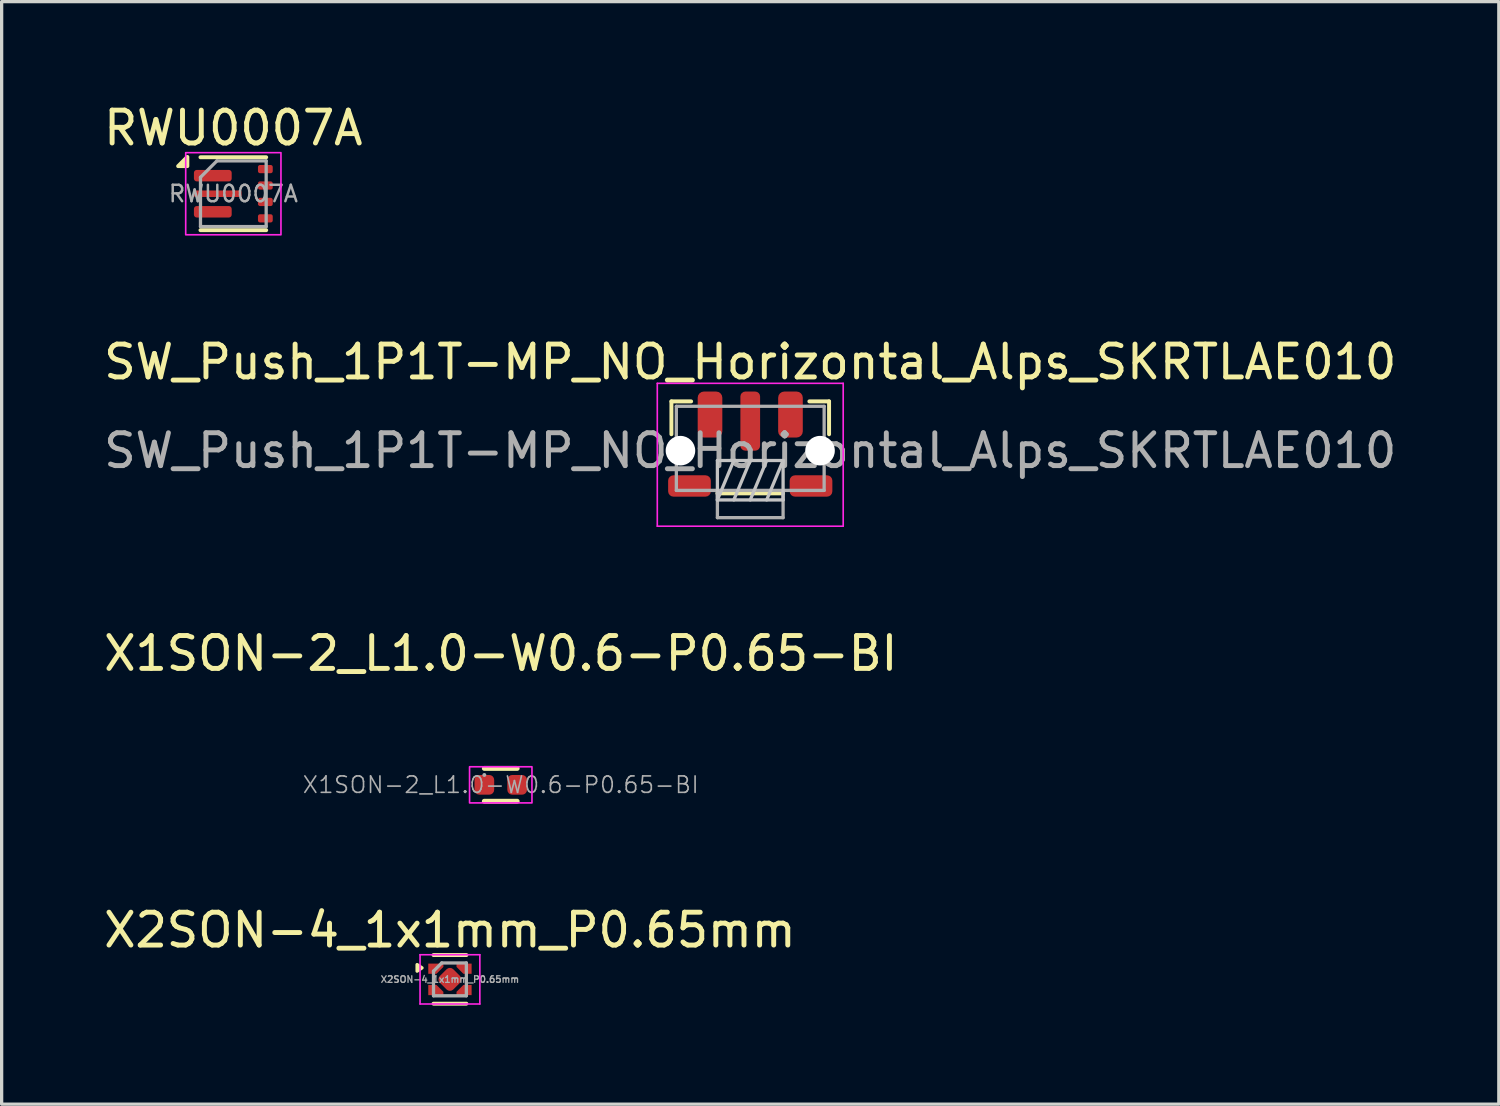
<source format=kicad_pcb>
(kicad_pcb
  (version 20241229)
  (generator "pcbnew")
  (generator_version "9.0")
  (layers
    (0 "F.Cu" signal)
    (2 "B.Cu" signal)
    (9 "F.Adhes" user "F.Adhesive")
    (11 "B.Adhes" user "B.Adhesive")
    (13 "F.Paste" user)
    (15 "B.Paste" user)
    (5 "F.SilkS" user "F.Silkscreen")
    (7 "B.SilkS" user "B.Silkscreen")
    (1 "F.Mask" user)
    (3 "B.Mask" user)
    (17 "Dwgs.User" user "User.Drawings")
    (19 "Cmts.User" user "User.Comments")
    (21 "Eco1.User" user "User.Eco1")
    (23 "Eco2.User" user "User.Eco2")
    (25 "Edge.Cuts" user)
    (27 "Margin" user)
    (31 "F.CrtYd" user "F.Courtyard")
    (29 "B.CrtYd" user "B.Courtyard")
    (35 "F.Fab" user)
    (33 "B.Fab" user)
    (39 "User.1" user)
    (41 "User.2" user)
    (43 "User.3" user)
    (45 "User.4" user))
  (footprint "RWU0007A"
    (layer "F.Cu")
    (at 4.054 2.848)
    (property "Reference" "RWU0007A" (at 0 -2 0) (layer "F.SilkS") (effects (font (size 1 1) (thickness 0.15))))
    (attr smd)
    (fp_line (start -1 -1.11) (end 1 -1.11) (stroke (width 0.12) (type solid)) (layer "F.SilkS"))
    (fp_line (start 1 1.11) (end -1 1.11) (stroke (width 0.12) (type solid)) (layer "F.SilkS"))
    (fp_poly (pts (xy -1.4 -0.84) (xy -1.68 -0.84) (xy -1.4 -1.12) (xy -1.4 -0.84)) (stroke (width 0.12) (type solid)) (fill yes) (layer "F.SilkS"))
    (fp_rect (start -1.45 -1.25) (end 1.45 1.25) (stroke (width 0.05) (type default)) (fill no) (layer "F.CrtYd"))
    (fp_line (start -1 -0.5) (end -0.5 -1) (stroke (width 0.1) (type solid)) (layer "F.Fab"))
    (fp_line (start -1 1) (end -1 -0.5) (stroke (width 0.1) (type solid)) (layer "F.Fab"))
    (fp_line (start -0.5 -1) (end 1 -1) (stroke (width 0.1) (type solid)) (layer "F.Fab"))
    (fp_line (start 1 -1) (end 1 1) (stroke (width 0.1) (type solid)) (layer "F.Fab"))
    (fp_line (start 1 1) (end -1 1) (stroke (width 0.1) (type solid)) (layer "F.Fab"))
    (fp_text user "${REFERENCE}" (at 0 0 0) (layer "F.Fab") (effects (font (size 0.5 0.5) (thickness 0.075))))
    (pad "" smd roundrect (at -0.963 -0.55) (size 0.475 0.35) (layers "F.Paste") (roundrect_rratio 0.25))
    (pad "" smd roundrect (at -0.963 0.55) (size 0.475 0.35) (layers "F.Paste") (roundrect_rratio 0.25))
    (pad "" smd roundrect (at -0.887 0) (size 0.625 0.2) (layers "F.Paste") (roundrect_rratio 0.25))
    (pad "" smd roundrect (at -0.288 -0.55) (size 0.475 0.35) (layers "F.Paste") (roundrect_rratio 0.25))
    (pad "" smd roundrect (at -0.288 0.55) (size 0.475 0.35) (layers "F.Paste") (roundrect_rratio 0.25))
    (pad "" smd roundrect (at -0.062 0) (size 0.625 0.2) (layers "F.Paste") (roundrect_rratio 0.25))
    (pad "1" smd roundrect (at -0.625 -0.55) (size 1.15 0.35) (layers "F.Cu" "F.Mask") (roundrect_rratio 0.25))
    (pad "2" smd roundrect (at -0.475 0) (size 1.45 0.2) (layers "F.Cu" "F.Mask") (roundrect_rratio 0.25))
    (pad "3" smd roundrect (at -0.625 0.55) (size 1.15 0.35) (layers "F.Cu" "F.Mask") (roundrect_rratio 0.25))
    (pad "4" smd roundrect (at 0.975 0.75) (size 0.45 0.25) (layers "F.Cu" "F.Mask" "F.Paste") (roundrect_rratio 0.25))
    (pad "5" smd roundrect (at 0.975 0.25) (size 0.45 0.25) (layers "F.Cu" "F.Mask" "F.Paste") (roundrect_rratio 0.25))
    (pad "6" smd roundrect (at 0.975 -0.25) (size 0.45 0.25) (layers "F.Cu" "F.Mask" "F.Paste") (roundrect_rratio 0.25))
    (pad "7" smd roundrect (at 0.975 -0.75) (size 0.45 0.25) (layers "F.Cu" "F.Mask" "F.Paste") (roundrect_rratio 0.25)))
  (footprint "X1SON-2_L1.0-W0.6-P0.65-BI"
    (layer "F.Cu")
    (at 12.196 20.845)
    (property "Reference" "X1SON-2_L1.0-W0.6-P0.65-BI" (at 0 -4 0) (layer "F.SilkS") (effects (font (size 1 1) (thickness 0.15))))
    (attr smd)
    (fp_line (start -0.5 -0.5) (end 0.5 -0.5) (stroke (width 0.15) (type solid)) (layer "F.SilkS"))
    (fp_line (start -0.5 0.5) (end 0.5 0.5) (stroke (width 0.15) (type solid)) (layer "F.SilkS"))
    (fp_rect (start -0.95 -0.55) (end 0.95 0.55) (stroke (width 0.05) (type default)) (fill no) (layer "F.CrtYd"))
    (fp_circle (center -0.5 -0.3) (end -0.47 -0.3) (stroke (width 0.06) (type solid)) (fill no) (layer "F.Fab"))
    (fp_text user "${REFERENCE}" (at 0 0 0) (layer "F.Fab") (effects (font (size 0.5 0.5) (thickness 0.05))))
    (pad "1" smd roundrect (at -0.5 0) (size 0.6 0.6) (layers "F.Cu" "F.Mask" "F.Paste") (roundrect_rratio 0.25))
    (pad "2" smd roundrect (at 0.5 0) (size 0.6 0.6) (layers "F.Cu" "F.Mask" "F.Paste") (roundrect_rratio 0.25)))
  (footprint "X2SON-4_1x1mm_P0.65mm"
    (layer "F.Cu")
    (at 10.649 26.768)
    (property "Reference" "X2SON-4_1x1mm_P0.65mm" (at 0 -1.5 0) (layer "F.SilkS") (effects (font (size 1 1) (thickness 0.15))))
    (attr smd)
    (fp_line (start -0.5 -0.74) (end 0.5 -0.74) (stroke (width 0.12) (type solid)) (layer "F.SilkS"))
    (fp_line (start -0.5 0.74) (end 0.5 0.74) (stroke (width 0.12) (type solid)) (layer "F.SilkS"))
    (fp_poly (pts (xy -0.85 -0.35) (xy -1 -0.45) (xy -1 -0.25)) (stroke (width 0.1) (type solid)) (fill yes) (layer "F.SilkS"))
    (fp_line (start -0.91 -0.75) (end 0.91 -0.75) (stroke (width 0.05) (type solid)) (layer "F.CrtYd"))
    (fp_line (start -0.91 0.75) (end -0.91 -0.75) (stroke (width 0.05) (type solid)) (layer "F.CrtYd"))
    (fp_line (start 0.91 -0.75) (end 0.91 0.75) (stroke (width 0.05) (type solid)) (layer "F.CrtYd"))
    (fp_line (start 0.91 0.75) (end -0.91 0.75) (stroke (width 0.05) (type solid)) (layer "F.CrtYd"))
    (fp_line (start -0.5 -0.25) (end -0.25 -0.5) (stroke (width 0.1) (type solid)) (layer "F.Fab"))
    (fp_line (start -0.5 0.5) (end -0.5 -0.25) (stroke (width 0.1) (type solid)) (layer "F.Fab"))
    (fp_line (start -0.25 -0.5) (end 0.5 -0.5) (stroke (width 0.1) (type solid)) (layer "F.Fab"))
    (fp_line (start 0.5 -0.5) (end 0.5 0.5) (stroke (width 0.1) (type solid)) (layer "F.Fab"))
    (fp_line (start 0.5 0.5) (end -0.5 0.5) (stroke (width 0.1) (type solid)) (layer "F.Fab"))
    (fp_text user "${REFERENCE}" (at 0 0 0) (layer "F.Fab") (effects (font (size 0.2 0.2) (thickness 0.04))))
    (pad "" smd custom (at -0.43 -0.325) (size 0.148 0.148) (layers "F.Mask") (options (anchor circle)) (primitives (gr_poly (pts (xy 0.18 -0.075) (xy 0 0.105) (xy -0.18 0.105) (xy -0.18 -0.105) (xy 0.18 -0.105)) (width 0) (fill yes))))
    (pad "" smd custom (at -0.43 -0.325) (size 0.148 0.148) (layers "F.Paste") (options (anchor circle)) (primitives (gr_poly (pts (xy 0.18 -0.075) (xy 0 0.105) (xy -0.22 0.105) (xy -0.22 -0.105) (xy 0.18 -0.105)) (width 0) (fill yes))))
    (pad "" smd custom (at -0.43 0.325) (size 0.148 0.148) (layers "F.Mask") (options (anchor circle)) (primitives (gr_poly (pts (xy 0.18 0.075) (xy 0.18 0.105) (xy -0.18 0.105) (xy -0.18 -0.105) (xy 0 -0.105)) (width 0) (fill yes))))
    (pad "" smd custom (at -0.43 0.325) (size 0.148 0.148) (layers "F.Paste") (options (anchor circle)) (primitives (gr_poly (pts (xy 0.18 0.075) (xy 0.18 0.105) (xy -0.22 0.105) (xy -0.22 -0.105) (xy 0 -0.105)) (width 0) (fill yes))))
    (pad "" smd custom (at 0.43 -0.325) (size 0.148 0.148) (layers "F.Mask") (options (anchor circle)) (primitives (gr_poly (pts (xy 0.18 0.105) (xy 0 0.105) (xy -0.18 -0.075) (xy -0.18 -0.105) (xy 0.18 -0.105)) (width 0) (fill yes))))
    (pad "" smd custom (at 0.43 -0.325) (size 0.148 0.148) (layers "F.Paste") (options (anchor circle)) (primitives (gr_poly (pts (xy 0.22 0.105) (xy 0 0.105) (xy -0.18 -0.075) (xy -0.18 -0.105) (xy 0.22 -0.105)) (width 0) (fill yes))))
    (pad "" smd custom (at 0.43 0.325) (size 0.148 0.148) (layers "F.Mask") (options (anchor circle)) (primitives (gr_poly (pts (xy 0.18 0.105) (xy -0.18 0.105) (xy -0.18 0.075) (xy 0 -0.105) (xy 0.18 -0.105)) (width 0) (fill yes))))
    (pad "" smd custom (at 0.43 0.325) (size 0.148 0.148) (layers "F.Paste") (options (anchor circle)) (primitives (gr_poly (pts (xy 0.22 0.105) (xy -0.18 0.105) (xy -0.18 0.075) (xy 0 -0.105) (xy 0.22 -0.105)) (width 0) (fill yes))))
    (pad "1" smd custom (at -0.43 -0.325) (size 0.148 0.148) (layers "F.Cu") (options (anchor circle)) (primitives (gr_poly (pts (xy 0.23 -0.054) (xy 0.021 0.155) (xy -0.23 0.155) (xy -0.23 -0.155) (xy 0.23 -0.155)) (width 0) (fill yes))))
    (pad "2" smd custom (at -0.43 0.325) (size 0.148 0.148) (layers "F.Cu") (options (anchor circle)) (primitives (gr_poly (pts (xy 0.23 0.054) (xy 0.23 0.155) (xy -0.23 0.155) (xy -0.23 -0.155) (xy 0.021 -0.155)) (width 0) (fill yes))))
    (pad "3" smd custom (at 0.43 0.325) (size 0.148 0.148) (layers "F.Cu") (options (anchor circle)) (primitives (gr_poly (pts (xy 0.23 0.155) (xy -0.23 0.155) (xy -0.23 0.054) (xy -0.021 -0.155) (xy 0.23 -0.155)) (width 0) (fill yes))))
    (pad "4" smd custom (at 0.43 -0.325) (size 0.148 0.148) (layers "F.Cu") (options (anchor circle)) (primitives (gr_poly (pts (xy 0.23 0.155) (xy -0.021 0.155) (xy -0.23 -0.054) (xy -0.23 -0.155) (xy 0.23 -0.155)) (width 0) (fill yes))))
    (pad "5" smd roundrect (at 0 0 45) (size 0.58 0.58) (layers "F.Cu" "F.Mask" "F.Paste") (roundrect_rratio 0.25)))
  (footprint "SW_Push_1P1T-MP_NO_Horizontal_Alps_SKRTLAE010"
    (layer "F.Cu")
    (at 19.792 10.671)
    (property "Reference" "SW_Push_1P1T-MP_NO_Horizontal_Alps_SKRTLAE010" (at 0 -2.7 180) (layer "F.SilkS") (effects (font (size 1 1) (thickness 0.15))))
    (attr smd)
    (fp_line (start -2.4 -1.5) (end -2.4 -0.5) (stroke (width 0.12) (type solid)) (layer "F.SilkS"))
    (fp_line (start -1.8 -1.5) (end -2.4 -1.5) (stroke (width 0.12) (type solid)) (layer "F.SilkS"))
    (fp_line (start -1 1.3) (end 1 1.3) (stroke (width 0.12) (type solid)) (layer "F.SilkS"))
    (fp_line (start 1.8 -1.5) (end 2.4 -1.5) (stroke (width 0.12) (type solid)) (layer "F.SilkS"))
    (fp_line (start 2.4 -1.5) (end 2.4 -0.5) (stroke (width 0.12) (type solid)) (layer "F.SilkS"))
    (fp_line (start -1 0.3) (end -1 1.5) (stroke (width 0.1) (type solid)) (layer "Dwgs.User"))
    (fp_line (start -1 1.5) (end -0.5 0.3) (stroke (width 0.1) (type solid)) (layer "Dwgs.User"))
    (fp_line (start -1 1.5) (end 1 1.5) (stroke (width 0.1) (type solid)) (layer "Dwgs.User"))
    (fp_line (start -0.5 1.5) (end 0 0.3) (stroke (width 0.1) (type solid)) (layer "Dwgs.User"))
    (fp_line (start 0 1.5) (end 0.5 0.3) (stroke (width 0.1) (type solid)) (layer "Dwgs.User"))
    (fp_line (start 0.5 1.5) (end 1 0.3) (stroke (width 0.1) (type solid)) (layer "Dwgs.User"))
    (fp_line (start 1 0.3) (end -1 0.3) (stroke (width 0.1) (type solid)) (layer "Dwgs.User"))
    (fp_line (start 1 1.5) (end 1 0.3) (stroke (width 0.1) (type solid)) (layer "Dwgs.User"))
    (fp_line (start -2.83 -2.05) (end -2.83 2.3) (stroke (width 0.05) (type solid)) (layer "F.CrtYd"))
    (fp_line (start -2.83 -2.05) (end 2.83 -2.05) (stroke (width 0.05) (type solid)) (layer "F.CrtYd"))
    (fp_line (start -2.83 2.3) (end 2.83 2.3) (stroke (width 0.05) (type solid)) (layer "F.CrtYd"))
    (fp_line (start 2.83 -2.05) (end 2.83 2.3) (stroke (width 0.05) (type solid)) (layer "F.CrtYd"))
    (fp_line (start -2.25 -1.35) (end -2.25 1.21) (stroke (width 0.1) (type solid)) (layer "F.Fab"))
    (fp_line (start -2.25 -1.35) (end 2.25 -1.35) (stroke (width 0.1) (type solid)) (layer "F.Fab"))
    (fp_line (start -2.25 1.21) (end 2.25 1.21) (stroke (width 0.1) (type solid)) (layer "F.Fab"))
    (fp_line (start -1 2.04) (end -1 1.21) (stroke (width 0.1) (type solid)) (layer "F.Fab"))
    (fp_line (start -1 2.04) (end 1 2.04) (stroke (width 0.1) (type solid)) (layer "F.Fab"))
    (fp_line (start 1 2.04) (end 1 1.21) (stroke (width 0.1) (type solid)) (layer "F.Fab"))
    (fp_line (start 2.25 -1.35) (end 2.25 1.21) (stroke (width 0.1) (type solid)) (layer "F.Fab"))
    (fp_text user "${REFERENCE}" (at 0 0 0) (layer "F.Fab") (effects (font (size 1 1) (thickness 0.15))))
    (pad "" np_thru_hole circle (at -2.125 0) (size 0.9 0.9) (drill 0.9) (layers "*.Cu" "*.Mask"))
    (pad "" np_thru_hole circle (at 2.125 0) (size 0.9 0.9) (drill 0.9) (layers "*.Cu" "*.Mask"))
    (pad "1" smd roundrect (at -1.225 -1.1) (size 0.75 1.4) (layers "F.Cu" "F.Mask" "F.Paste") (roundrect_rratio 0.25))
    (pad "1" smd roundrect (at 1.225 -1.1) (size 0.75 1.4) (layers "F.Cu" "F.Mask" "F.Paste") (roundrect_rratio 0.25))
    (pad "2" smd roundrect (at 0 -0.9) (size 0.6 1.8) (layers "F.Cu" "F.Mask" "F.Paste") (roundrect_rratio 0.25))
    (pad "SH" smd roundrect (at -1.85 1.075) (size 1.3 0.65) (layers "F.Cu" "F.Mask" "F.Paste") (roundrect_rratio 0.25))
    (pad "SH" smd roundrect (at 1.85 1.075) (size 1.3 0.65) (layers "F.Cu" "F.Mask" "F.Paste") (roundrect_rratio 0.25)))
  (gr_rect
    (start -3 -3)
    (end 42.583 30.568)
    (stroke (width 0.1) (type default))
    (fill no)
    (layer "Edge.Cuts")))
</source>
